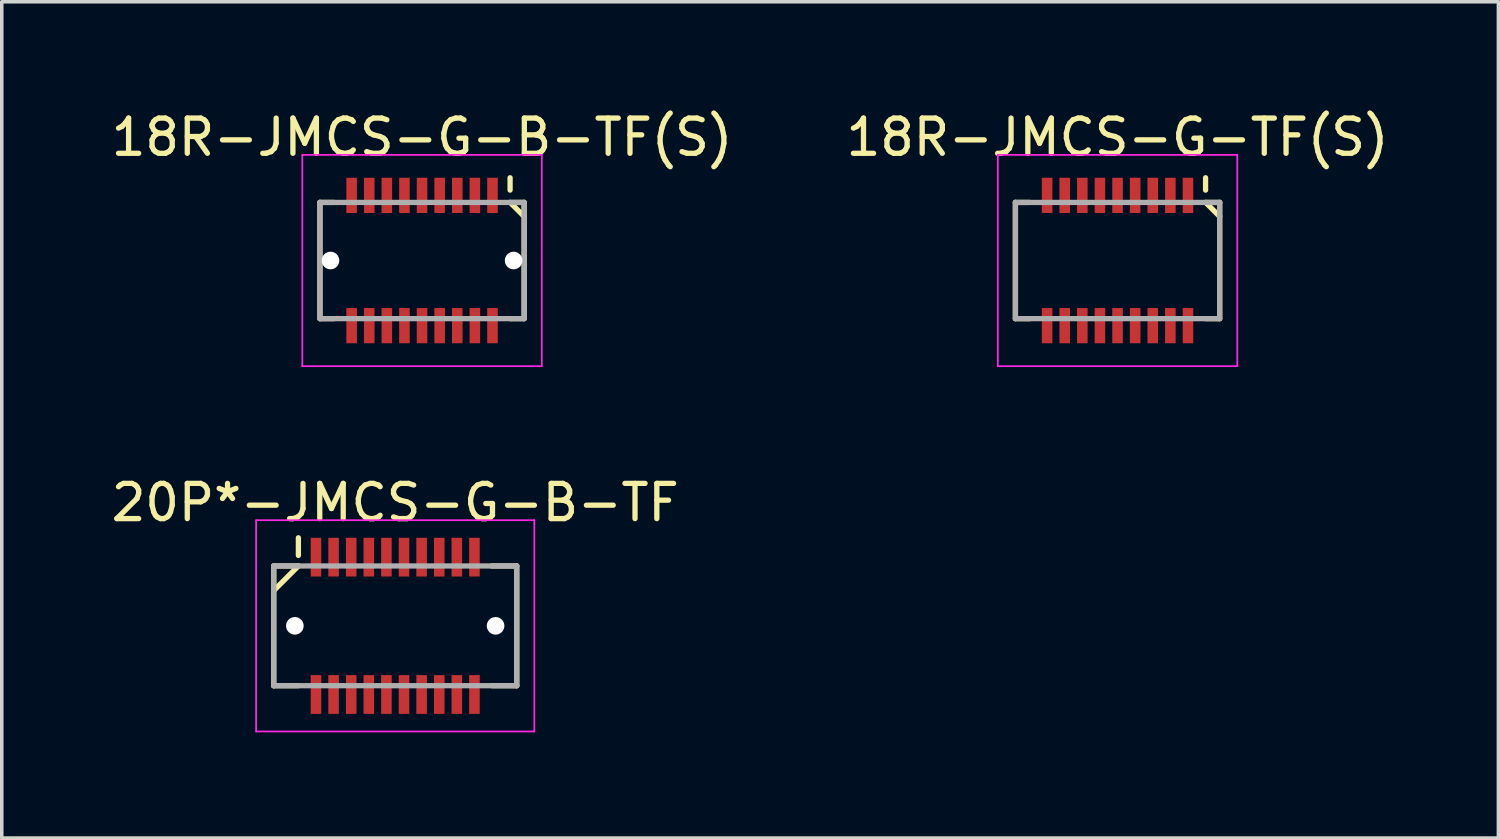
<source format=kicad_pcb>
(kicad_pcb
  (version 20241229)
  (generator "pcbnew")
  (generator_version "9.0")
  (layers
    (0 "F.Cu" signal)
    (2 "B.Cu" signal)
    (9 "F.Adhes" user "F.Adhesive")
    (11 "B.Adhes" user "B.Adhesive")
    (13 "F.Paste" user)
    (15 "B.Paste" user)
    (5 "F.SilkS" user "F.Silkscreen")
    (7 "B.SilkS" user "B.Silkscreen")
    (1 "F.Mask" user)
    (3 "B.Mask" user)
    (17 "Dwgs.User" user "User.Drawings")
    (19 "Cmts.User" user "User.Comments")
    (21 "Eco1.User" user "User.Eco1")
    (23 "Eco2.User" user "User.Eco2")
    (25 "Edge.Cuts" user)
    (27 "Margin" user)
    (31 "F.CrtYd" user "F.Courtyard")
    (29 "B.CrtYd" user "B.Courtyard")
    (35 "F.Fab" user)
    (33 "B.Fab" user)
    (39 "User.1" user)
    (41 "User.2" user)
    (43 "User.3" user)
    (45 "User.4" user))
  (footprint "18R-JMCS-G-B-TF(S)"
    (layer "F.Cu")
    (at 8.935 4.348)
    (property "Reference" "18R-JMCS-G-B-TF(S)" (at 0 -3.5 0) (layer "F.SilkS") (effects (font (size 1 1) (thickness 0.15))))
    (attr smd)
    (fp_line (start -2.9 -1.65) (end -2.9 1.65) (stroke (width 0.15) (type solid)) (layer "F.SilkS"))
    (fp_line (start -2.9 -1.65) (end -2.5 -1.65) (stroke (width 0.15) (type solid)) (layer "F.SilkS"))
    (fp_line (start -2.9 1.65) (end -2.5 1.65) (stroke (width 0.15) (type solid)) (layer "F.SilkS"))
    (fp_line (start 2.5 -2.35) (end 2.5 -2) (stroke (width 0.15) (type solid)) (layer "F.SilkS"))
    (fp_line (start 2.5 -1.65) (end 2.9 -1.65) (stroke (width 0.15) (type solid)) (layer "F.SilkS"))
    (fp_line (start 2.5 -1.65) (end 2.9 -1.25) (stroke (width 0.15) (type solid)) (layer "F.SilkS"))
    (fp_line (start 2.5 1.65) (end 2.9 1.65) (stroke (width 0.15) (type solid)) (layer "F.SilkS"))
    (fp_line (start 2.9 -1.65) (end 2.9 1.65) (stroke (width 0.15) (type solid)) (layer "F.SilkS"))
    (fp_line (start -3.4 -3) (end -3.4 3) (stroke (width 0.05) (type solid)) (layer "F.CrtYd"))
    (fp_line (start -3.4 -3) (end 3.4 -3) (stroke (width 0.05) (type solid)) (layer "F.CrtYd"))
    (fp_line (start -3.4 3) (end 3.4 3) (stroke (width 0.05) (type solid)) (layer "F.CrtYd"))
    (fp_line (start 3.4 -3) (end 3.4 3) (stroke (width 0.05) (type solid)) (layer "F.CrtYd"))
    (fp_line (start -2.9 -1.65) (end -2.9 1.65) (stroke (width 0.15) (type solid)) (layer "F.Fab"))
    (fp_line (start -2.9 -1.65) (end 2.9 -1.65) (stroke (width 0.15) (type solid)) (layer "F.Fab"))
    (fp_line (start -2.9 1.65) (end 2.9 1.65) (stroke (width 0.15) (type solid)) (layer "F.Fab"))
    (fp_line (start 2.9 -1.65) (end 2.9 1.65) (stroke (width 0.15) (type solid)) (layer "F.Fab"))
    (pad "" np_thru_hole circle (at -2.6 0) (size 0.5 0.5) (drill 0.5) (layers "*.Cu" "*.Mask"))
    (pad "" np_thru_hole circle (at 2.6 0) (size 0.5 0.5) (drill 0.5) (layers "*.Cu" "*.Mask"))
    (pad "1" smd rect (at 2 -1.85) (size 0.3 1) (layers "F.Cu" "F.Mask" "F.Paste"))
    (pad "2" smd rect (at 2 1.85) (size 0.3 1) (layers "F.Cu" "F.Mask" "F.Paste"))
    (pad "3" smd rect (at 1.5 -1.85) (size 0.3 1) (layers "F.Cu" "F.Mask" "F.Paste"))
    (pad "4" smd rect (at 1.5 1.85) (size 0.3 1) (layers "F.Cu" "F.Mask" "F.Paste"))
    (pad "5" smd rect (at 1 -1.85) (size 0.3 1) (layers "F.Cu" "F.Mask" "F.Paste"))
    (pad "6" smd rect (at 1 1.85) (size 0.3 1) (layers "F.Cu" "F.Mask" "F.Paste"))
    (pad "7" smd rect (at 0.5 -1.85) (size 0.3 1) (layers "F.Cu" "F.Mask" "F.Paste"))
    (pad "8" smd rect (at 0.5 1.85) (size 0.3 1) (layers "F.Cu" "F.Mask" "F.Paste"))
    (pad "9" smd rect (at 0 -1.85) (size 0.3 1) (layers "F.Cu" "F.Mask" "F.Paste"))
    (pad "10" smd rect (at 0 1.85) (size 0.3 1) (layers "F.Cu" "F.Mask" "F.Paste"))
    (pad "11" smd rect (at -0.5 -1.85) (size 0.3 1) (layers "F.Cu" "F.Mask" "F.Paste"))
    (pad "12" smd rect (at -0.5 1.85) (size 0.3 1) (layers "F.Cu" "F.Mask" "F.Paste"))
    (pad "13" smd rect (at -1 -1.85) (size 0.3 1) (layers "F.Cu" "F.Mask" "F.Paste"))
    (pad "14" smd rect (at -1 1.85) (size 0.3 1) (layers "F.Cu" "F.Mask" "F.Paste"))
    (pad "15" smd rect (at -1.5 -1.85) (size 0.3 1) (layers "F.Cu" "F.Mask" "F.Paste"))
    (pad "16" smd rect (at -1.5 1.85) (size 0.3 1) (layers "F.Cu" "F.Mask" "F.Paste"))
    (pad "17" smd rect (at -2 -1.85) (size 0.3 1) (layers "F.Cu" "F.Mask" "F.Paste"))
    (pad "18" smd rect (at -2 1.85) (size 0.3 1) (layers "F.Cu" "F.Mask" "F.Paste")))
  (footprint "18R-JMCS-G-TF(S)"
    (layer "F.Cu")
    (at 28.685 4.348)
    (property "Reference" "18R-JMCS-G-TF(S)" (at 0 -3.5 0) (layer "F.SilkS") (effects (font (size 1 1) (thickness 0.15))))
    (attr smd)
    (fp_line (start -2.9 -1.65) (end -2.9 1.65) (stroke (width 0.15) (type solid)) (layer "F.SilkS"))
    (fp_line (start -2.9 -1.65) (end -2.5 -1.65) (stroke (width 0.15) (type solid)) (layer "F.SilkS"))
    (fp_line (start -2.9 1.65) (end -2.5 1.65) (stroke (width 0.15) (type solid)) (layer "F.SilkS"))
    (fp_line (start 2.5 -2.35) (end 2.5 -2) (stroke (width 0.15) (type solid)) (layer "F.SilkS"))
    (fp_line (start 2.5 -1.65) (end 2.9 -1.65) (stroke (width 0.15) (type solid)) (layer "F.SilkS"))
    (fp_line (start 2.5 -1.65) (end 2.9 -1.25) (stroke (width 0.15) (type solid)) (layer "F.SilkS"))
    (fp_line (start 2.5 1.65) (end 2.9 1.65) (stroke (width 0.15) (type solid)) (layer "F.SilkS"))
    (fp_line (start 2.9 -1.65) (end 2.9 1.65) (stroke (width 0.15) (type solid)) (layer "F.SilkS"))
    (fp_line (start -3.4 -3) (end -3.4 3) (stroke (width 0.05) (type solid)) (layer "F.CrtYd"))
    (fp_line (start -3.4 -3) (end 3.4 -3) (stroke (width 0.05) (type solid)) (layer "F.CrtYd"))
    (fp_line (start -3.4 3) (end 3.4 3) (stroke (width 0.05) (type solid)) (layer "F.CrtYd"))
    (fp_line (start 3.4 -3) (end 3.4 3) (stroke (width 0.05) (type solid)) (layer "F.CrtYd"))
    (fp_line (start -2.9 -1.65) (end -2.9 1.65) (stroke (width 0.15) (type solid)) (layer "F.Fab"))
    (fp_line (start -2.9 -1.65) (end 2.9 -1.65) (stroke (width 0.15) (type solid)) (layer "F.Fab"))
    (fp_line (start -2.9 1.65) (end 2.9 1.65) (stroke (width 0.15) (type solid)) (layer "F.Fab"))
    (fp_line (start 2.9 -1.65) (end 2.9 1.65) (stroke (width 0.15) (type solid)) (layer "F.Fab"))
    (pad "1" smd rect (at 2 -1.85) (size 0.3 1) (layers "F.Cu" "F.Mask" "F.Paste"))
    (pad "2" smd rect (at 2 1.85) (size 0.3 1) (layers "F.Cu" "F.Mask" "F.Paste"))
    (pad "3" smd rect (at 1.5 -1.85) (size 0.3 1) (layers "F.Cu" "F.Mask" "F.Paste"))
    (pad "4" smd rect (at 1.5 1.85) (size 0.3 1) (layers "F.Cu" "F.Mask" "F.Paste"))
    (pad "5" smd rect (at 1 -1.85) (size 0.3 1) (layers "F.Cu" "F.Mask" "F.Paste"))
    (pad "6" smd rect (at 1 1.85) (size 0.3 1) (layers "F.Cu" "F.Mask" "F.Paste"))
    (pad "7" smd rect (at 0.5 -1.85) (size 0.3 1) (layers "F.Cu" "F.Mask" "F.Paste"))
    (pad "8" smd rect (at 0.5 1.85) (size 0.3 1) (layers "F.Cu" "F.Mask" "F.Paste"))
    (pad "9" smd rect (at 0 -1.85) (size 0.3 1) (layers "F.Cu" "F.Mask" "F.Paste"))
    (pad "10" smd rect (at 0 1.85) (size 0.3 1) (layers "F.Cu" "F.Mask" "F.Paste"))
    (pad "11" smd rect (at -0.5 -1.85) (size 0.3 1) (layers "F.Cu" "F.Mask" "F.Paste"))
    (pad "12" smd rect (at -0.5 1.85) (size 0.3 1) (layers "F.Cu" "F.Mask" "F.Paste"))
    (pad "13" smd rect (at -1 -1.85) (size 0.3 1) (layers "F.Cu" "F.Mask" "F.Paste"))
    (pad "14" smd rect (at -1 1.85) (size 0.3 1) (layers "F.Cu" "F.Mask" "F.Paste"))
    (pad "15" smd rect (at -1.5 -1.85) (size 0.3 1) (layers "F.Cu" "F.Mask" "F.Paste"))
    (pad "16" smd rect (at -1.5 1.85) (size 0.3 1) (layers "F.Cu" "F.Mask" "F.Paste"))
    (pad "17" smd rect (at -2 -1.85) (size 0.3 1) (layers "F.Cu" "F.Mask" "F.Paste"))
    (pad "18" smd rect (at -2 1.85) (size 0.3 1) (layers "F.Cu" "F.Mask" "F.Paste")))
  (footprint "20P*-JMCS-G-B-TF"
    (layer "F.Cu")
    (at 8.173 14.722)
    (property "Reference" "20P*-JMCS-G-B-TF" (at 0 -3.5 0) (layer "F.SilkS") (effects (font (size 1 1) (thickness 0.15))))
    (attr smd)
    (fp_line (start -3.45 -1.7) (end -3.45 1.7) (stroke (width 0.15) (type solid)) (layer "F.SilkS"))
    (fp_line (start -3.45 -1.7) (end -2.75 -1.7) (stroke (width 0.15) (type solid)) (layer "F.SilkS"))
    (fp_line (start -3.45 1.7) (end -2.75 1.7) (stroke (width 0.15) (type solid)) (layer "F.SilkS"))
    (fp_line (start -2.75 -2.5) (end -2.75 -2) (stroke (width 0.15) (type solid)) (layer "F.SilkS"))
    (fp_line (start -2.75 -1.7) (end -3.45 -1) (stroke (width 0.15) (type solid)) (layer "F.SilkS"))
    (fp_line (start 2.75 -1.7) (end 3.45 -1.7) (stroke (width 0.15) (type solid)) (layer "F.SilkS"))
    (fp_line (start 2.75 1.7) (end 3.45 1.7) (stroke (width 0.15) (type solid)) (layer "F.SilkS"))
    (fp_line (start 3.45 -1.7) (end 3.45 1.7) (stroke (width 0.15) (type solid)) (layer "F.SilkS"))
    (fp_line (start -3.95 -3) (end -3.95 3) (stroke (width 0.05) (type solid)) (layer "F.CrtYd"))
    (fp_line (start -3.95 -3) (end 3.95 -3) (stroke (width 0.05) (type solid)) (layer "F.CrtYd"))
    (fp_line (start -3.95 3) (end 3.95 3) (stroke (width 0.05) (type solid)) (layer "F.CrtYd"))
    (fp_line (start 3.95 -3) (end 3.95 3) (stroke (width 0.05) (type solid)) (layer "F.CrtYd"))
    (fp_line (start -3.45 -1.7) (end -3.45 1.7) (stroke (width 0.15) (type solid)) (layer "F.Fab"))
    (fp_line (start -3.45 -1.7) (end 3.45 -1.7) (stroke (width 0.15) (type solid)) (layer "F.Fab"))
    (fp_line (start -3.45 1.7) (end 3.45 1.7) (stroke (width 0.15) (type solid)) (layer "F.Fab"))
    (fp_line (start 3.45 -1.7) (end 3.45 1.7) (stroke (width 0.15) (type solid)) (layer "F.Fab"))
    (pad "" np_thru_hole circle (at -2.85 0) (size 0.5 0.5) (drill 0.5) (layers "*.Cu" "*.Mask"))
    (pad "" np_thru_hole circle (at 2.85 0) (size 0.5 0.5) (drill 0.5) (layers "*.Cu" "*.Mask"))
    (pad "1" smd rect (at -2.25 -1.95) (size 0.3 1.1) (layers "F.Cu" "F.Mask" "F.Paste"))
    (pad "2" smd rect (at -2.25 1.95) (size 0.3 1.1) (layers "F.Cu" "F.Mask" "F.Paste"))
    (pad "3" smd rect (at -1.75 -1.95) (size 0.3 1.1) (layers "F.Cu" "F.Mask" "F.Paste"))
    (pad "4" smd rect (at -1.75 1.95) (size 0.3 1.1) (layers "F.Cu" "F.Mask" "F.Paste"))
    (pad "5" smd rect (at -1.25 -1.95) (size 0.3 1.1) (layers "F.Cu" "F.Mask" "F.Paste"))
    (pad "6" smd rect (at -1.25 1.95) (size 0.3 1.1) (layers "F.Cu" "F.Mask" "F.Paste"))
    (pad "7" smd rect (at -0.75 -1.95) (size 0.3 1.1) (layers "F.Cu" "F.Mask" "F.Paste"))
    (pad "8" smd rect (at -0.75 1.95) (size 0.3 1.1) (layers "F.Cu" "F.Mask" "F.Paste"))
    (pad "9" smd rect (at -0.25 -1.95) (size 0.3 1.1) (layers "F.Cu" "F.Mask" "F.Paste"))
    (pad "10" smd rect (at -0.25 1.95) (size 0.3 1.1) (layers "F.Cu" "F.Mask" "F.Paste"))
    (pad "11" smd rect (at 0.25 -1.95) (size 0.3 1.1) (layers "F.Cu" "F.Mask" "F.Paste"))
    (pad "12" smd rect (at 0.25 1.95) (size 0.3 1.1) (layers "F.Cu" "F.Mask" "F.Paste"))
    (pad "13" smd rect (at 0.75 -1.95) (size 0.3 1.1) (layers "F.Cu" "F.Mask" "F.Paste"))
    (pad "14" smd rect (at 0.75 1.95) (size 0.3 1.1) (layers "F.Cu" "F.Mask" "F.Paste"))
    (pad "15" smd rect (at 1.25 -1.95) (size 0.3 1.1) (layers "F.Cu" "F.Mask" "F.Paste"))
    (pad "16" smd rect (at 1.25 1.95) (size 0.3 1.1) (layers "F.Cu" "F.Mask" "F.Paste"))
    (pad "17" smd rect (at 1.75 -1.95) (size 0.3 1.1) (layers "F.Cu" "F.Mask" "F.Paste"))
    (pad "18" smd rect (at 1.75 1.95) (size 0.3 1.1) (layers "F.Cu" "F.Mask" "F.Paste"))
    (pad "19" smd rect (at 2.25 -1.95) (size 0.3 1.1) (layers "F.Cu" "F.Mask" "F.Paste"))
    (pad "20" smd rect (at 2.25 1.95) (size 0.3 1.1) (layers "F.Cu" "F.Mask" "F.Paste")))
  (gr_rect
    (start -3 -3)
    (end 39.5 20.747)
    (stroke (width 0.1) (type default))
    (fill no)
    (layer "Edge.Cuts")))
</source>
